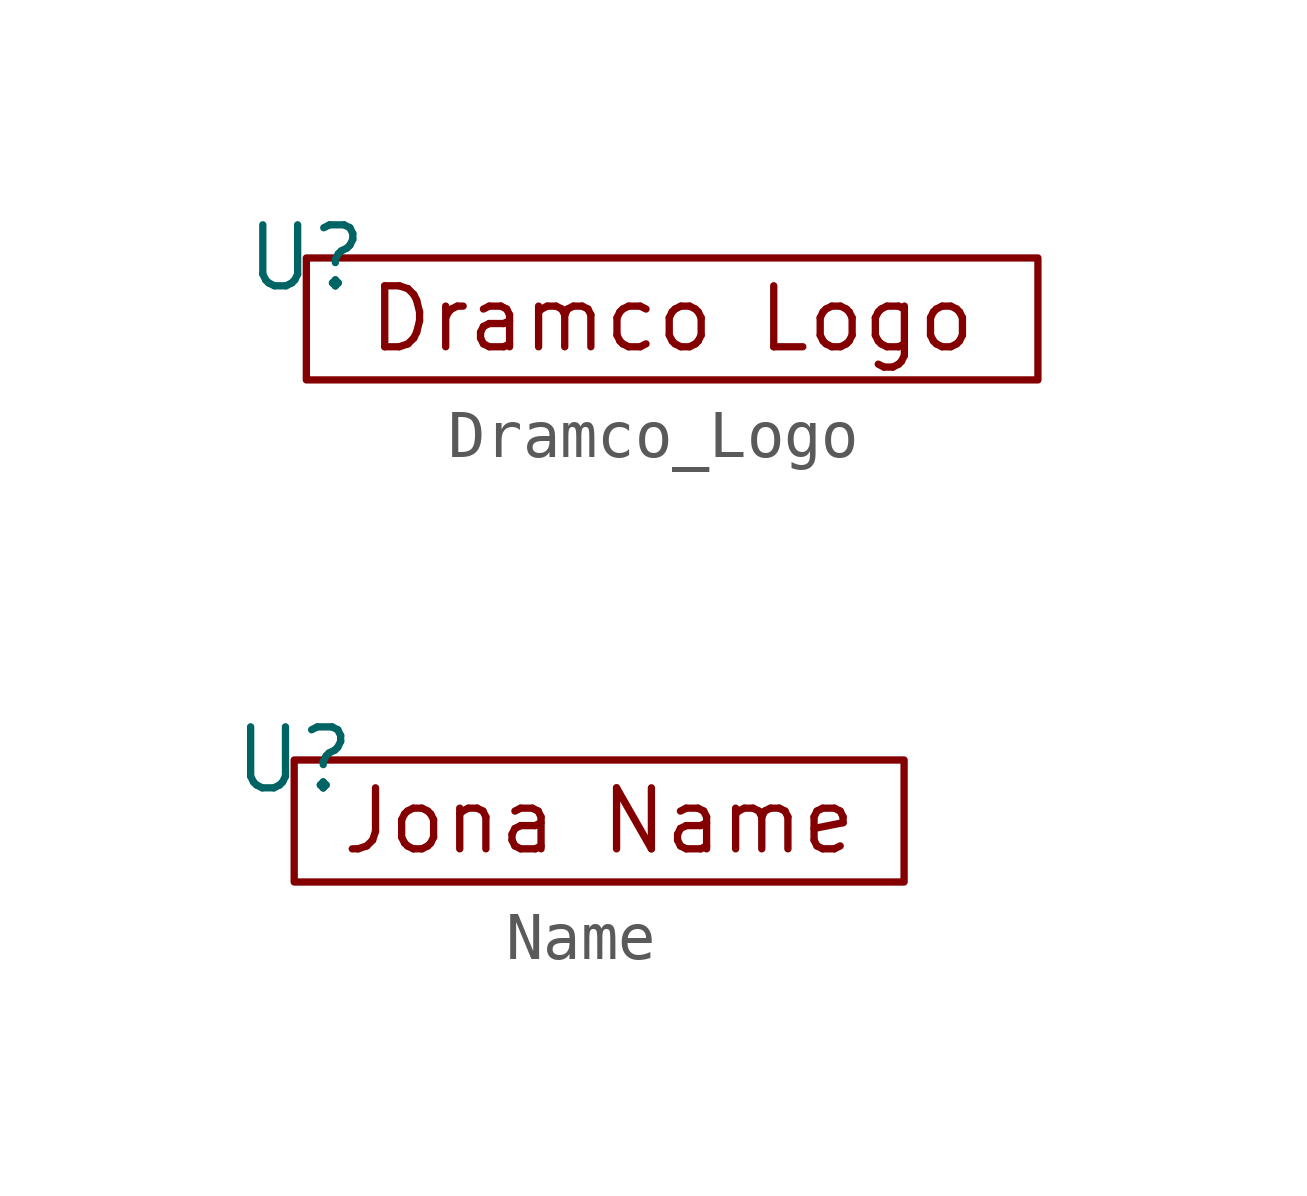
<source format=kicad_sym>
(kicad_symbol_lib
  (version 20220914)
  (generator kicad_symbol_editor)
  (symbol "Dramco_Logo"
    (property "Reference" "U"
      (at 0 0 0)
      (effects (font (size 1.27 1.27))))
    (property "Value" ""
      (at 0 0 0)
      (effects (font (size 1.27 1.27))))
    (symbol "Dramco_Logo_0_1"
      (rectangle (start 0 0) (end 15.24 -2.54) (stroke (width 0) (type default)) (fill (type none))))
    (symbol "Dramco_Logo_1_1"
      (text "Dramco Logo" (at 7.62 -1.27 0) (effects (font (size 1.27 1.27))))))
  (symbol "Name"
    (property "Reference" "U"
      (at 0 0 0)
      (effects (font (size 1.27 1.27))))
    (property "Value" ""
      (at 0 0 0)
      (effects (font (size 1.27 1.27))))
    (symbol "Name_0_1"
      (rectangle (start 0 0) (end 12.7 -2.54) (stroke (width 0) (type default)) (fill (type none))))
    (symbol "Name_1_1"
      (text "Jona Name" (at 6.35 -1.27 0) (effects (font (size 1.27 1.27)))))))
</source>
